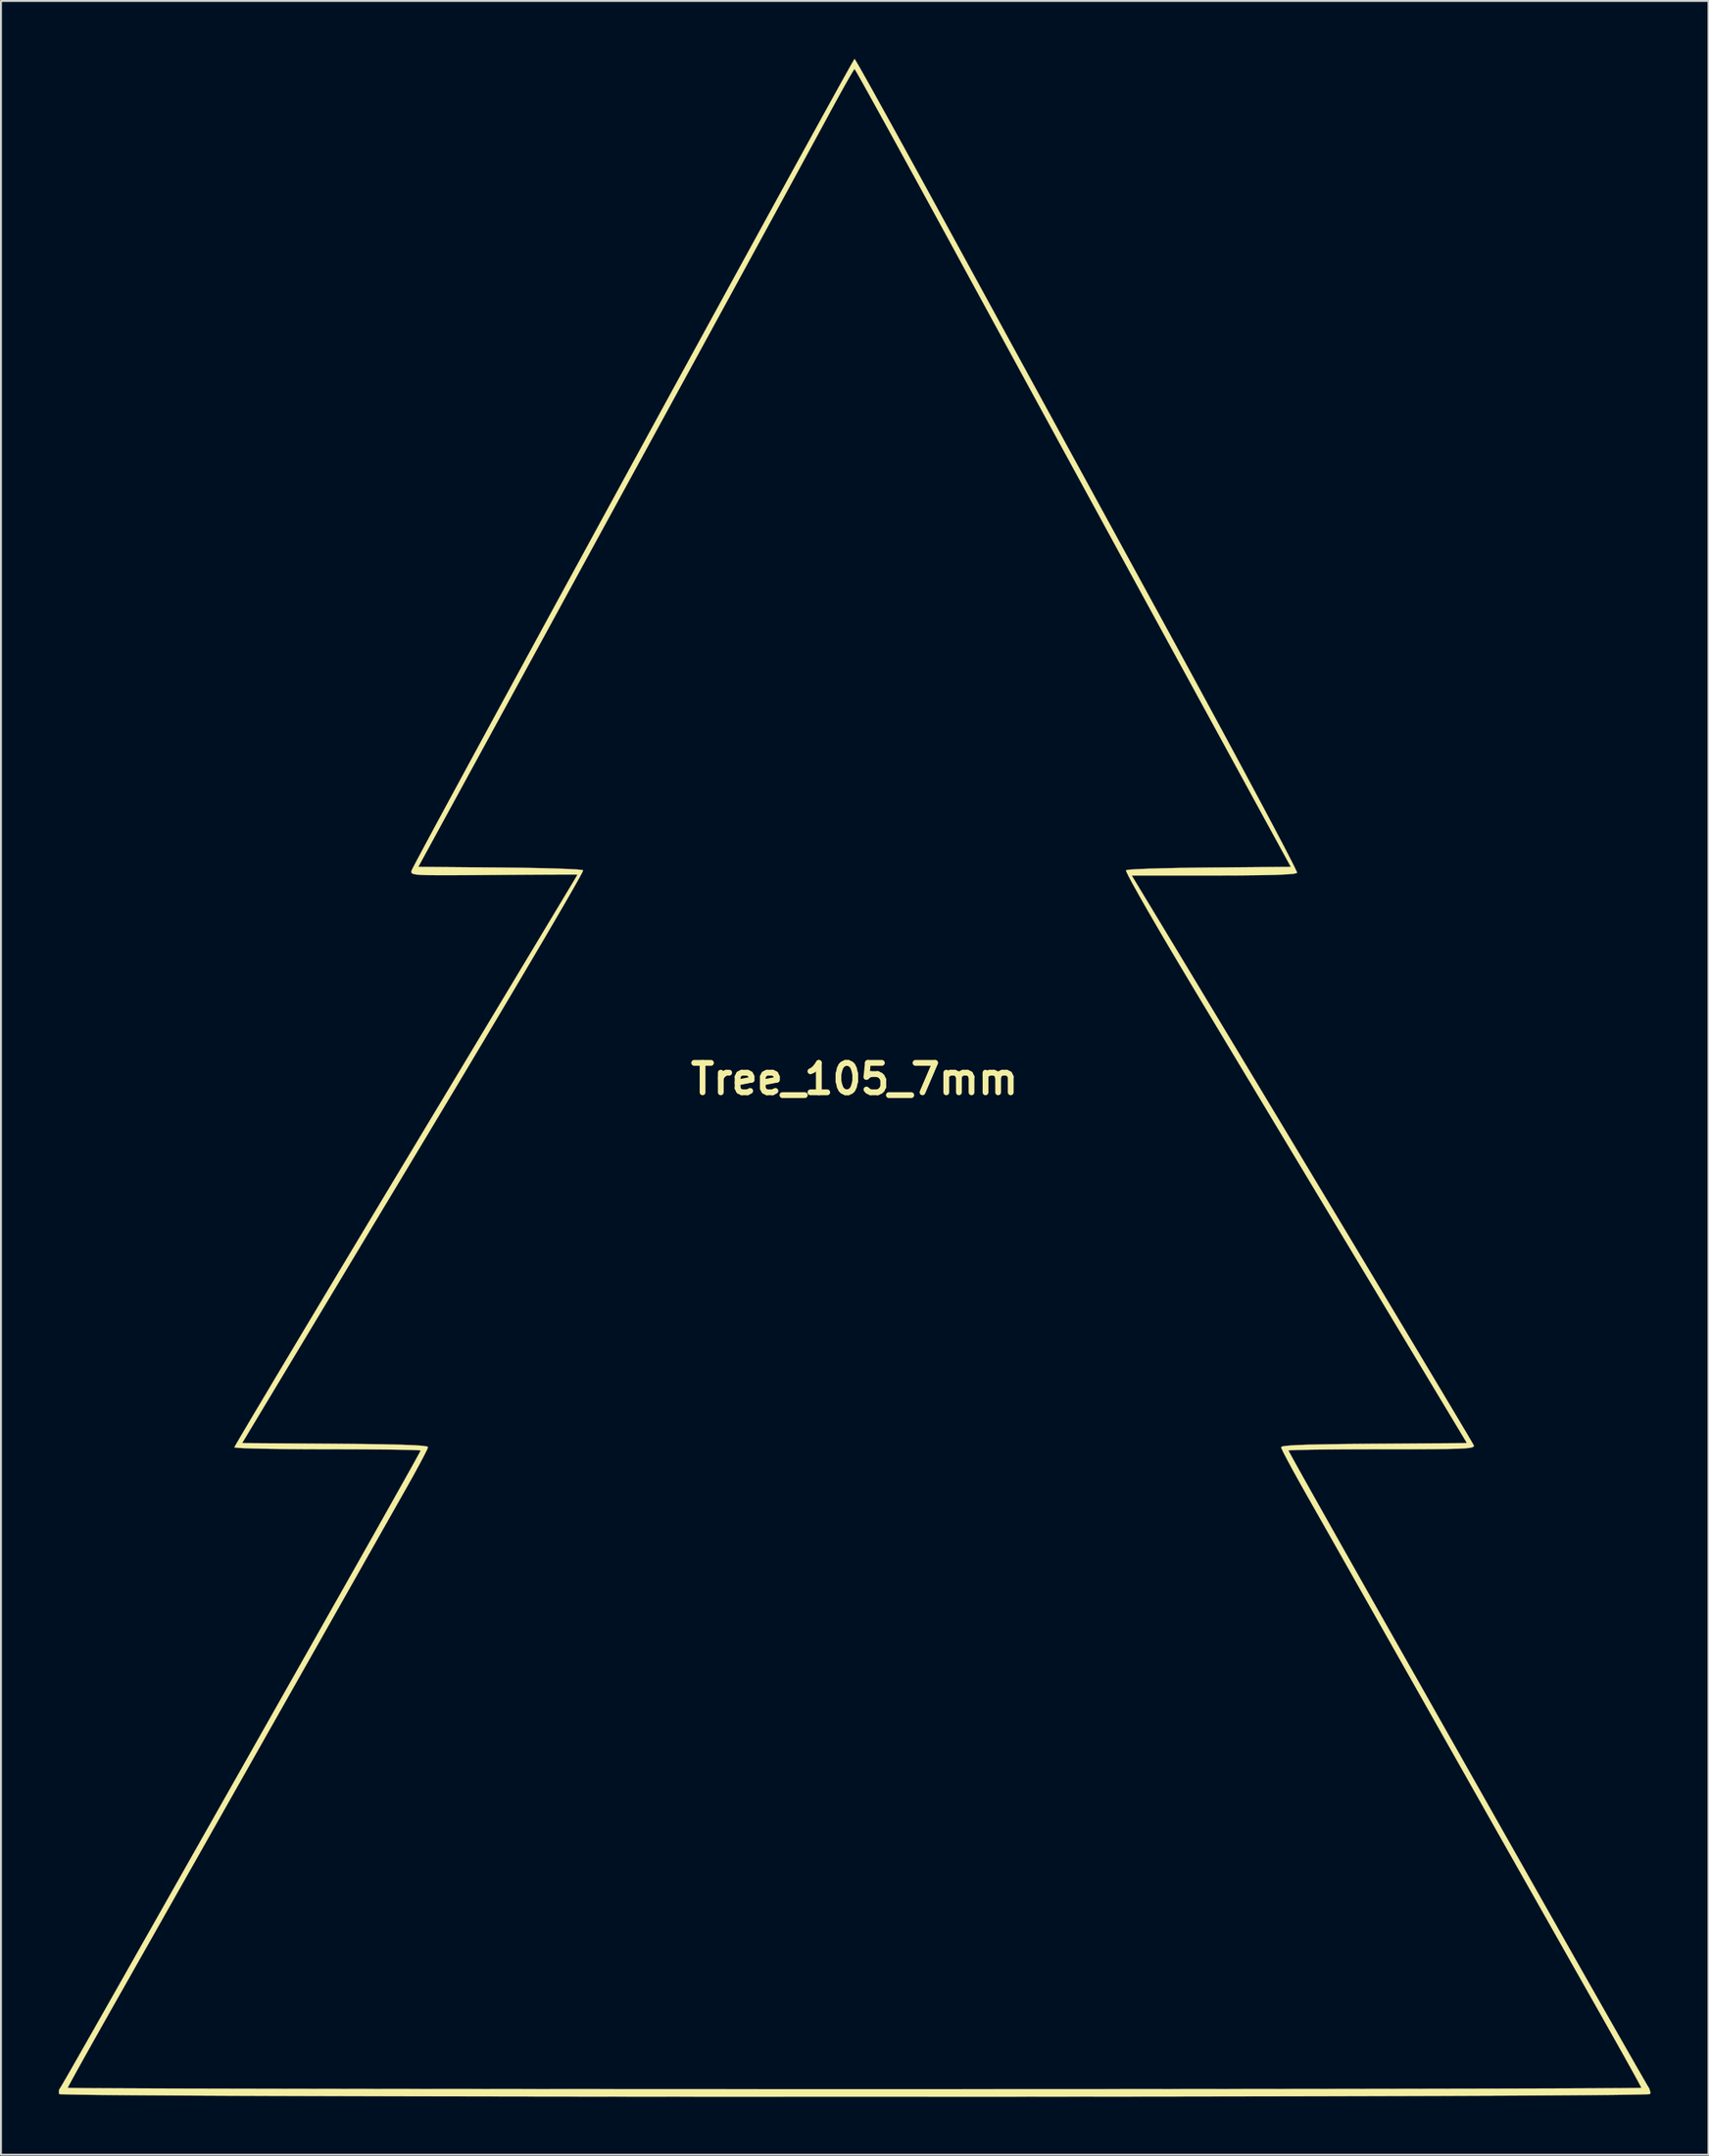
<source format=kicad_pcb>
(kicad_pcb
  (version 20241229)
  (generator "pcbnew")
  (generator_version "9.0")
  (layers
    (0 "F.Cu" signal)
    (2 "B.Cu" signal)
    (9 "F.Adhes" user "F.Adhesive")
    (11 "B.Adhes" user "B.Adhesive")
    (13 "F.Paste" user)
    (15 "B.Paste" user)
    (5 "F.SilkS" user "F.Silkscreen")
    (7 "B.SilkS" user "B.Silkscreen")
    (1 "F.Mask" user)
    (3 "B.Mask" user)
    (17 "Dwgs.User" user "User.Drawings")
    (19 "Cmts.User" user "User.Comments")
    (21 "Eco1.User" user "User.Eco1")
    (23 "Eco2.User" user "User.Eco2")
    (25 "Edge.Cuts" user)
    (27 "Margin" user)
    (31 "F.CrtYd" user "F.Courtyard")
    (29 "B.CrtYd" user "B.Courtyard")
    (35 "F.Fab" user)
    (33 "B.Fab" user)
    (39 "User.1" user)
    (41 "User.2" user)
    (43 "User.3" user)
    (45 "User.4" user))
  (footprint "Tree_105_7mm"
    (layer "F.Cu")
    (at 41.225 52.837)
    (property "Reference" "Tree_105_7mm" (at 0 0 0) (layer "F.SilkS") (effects (font (size 1.524 1.524) (thickness 0.3))))
    (attr through_hole)
    (fp_poly (pts (xy 0.072 -52.723) (xy 0.254 -52.41) (xy 0.537 -51.91) (xy 0.911 -51.242) (xy 1.365 -50.423) (xy 1.891 -49.473) (xy 2.477 -48.409) (xy 3.113 -47.25) (xy 3.79 -46.014) (xy 4.142 -45.371) (xy 4.76 -44.238) (xy 5.487 -42.907) (xy 6.307 -41.405) (xy 7.207 -39.756) (xy 8.173 -37.987) (xy 9.192 -36.122) (xy 10.248 -34.187) (xy 11.328 -32.209) (xy 12.419 -30.211) (xy 13.506 -28.221) (xy 14.575 -26.262) (xy 15.613 -24.362) (xy 15.614 -24.361) (xy 16.552 -22.641) (xy 17.454 -20.982) (xy 18.313 -19.397) (xy 19.122 -17.901) (xy 19.873 -16.507) (xy 20.559 -15.23) (xy 21.173 -14.081) (xy 21.707 -13.076) (xy 22.154 -12.228) (xy 22.506 -11.55) (xy 22.757 -11.057) (xy 22.899 -10.761) (xy 22.929 -10.677) (xy 22.783 -10.634) (xy 22.402 -10.6) (xy 21.782 -10.573) (xy 20.918 -10.555) (xy 19.808 -10.544) (xy 18.603 -10.541) (xy 14.36 -10.541) (xy 15.81 -8.141) (xy 16.555 -6.908) (xy 17.358 -5.576) (xy 18.212 -4.159) (xy 19.107 -2.674) (xy 20.034 -1.134) (xy 20.984 0.446) (xy 21.949 2.05) (xy 22.919 3.664) (xy 23.885 5.273) (xy 24.839 6.861) (xy 25.772 8.416) (xy 26.674 9.92) (xy 27.538 11.36) (xy 28.353 12.72) (xy 29.111 13.986) (xy 29.803 15.143) (xy 30.421 16.176) (xy 30.954 17.07) (xy 31.395 17.81) (xy 31.735 18.381) (xy 31.963 18.769) (xy 32.072 18.959) (xy 32.08 18.975) (xy 32.082 19.026) (xy 32.026 19.069) (xy 31.89 19.102) (xy 31.652 19.128) (xy 31.288 19.148) (xy 30.777 19.161) (xy 30.094 19.17) (xy 29.216 19.175) (xy 28.123 19.177) (xy 27.319 19.177) (xy 26.238 19.179) (xy 25.242 19.183) (xy 24.357 19.19) (xy 23.611 19.2) (xy 23.031 19.211) (xy 22.646 19.224) (xy 22.483 19.238) (xy 22.479 19.241) (xy 22.54 19.359) (xy 22.716 19.681) (xy 22.997 20.187) (xy 23.374 20.861) (xy 23.835 21.685) (xy 24.372 22.639) (xy 24.973 23.708) (xy 25.63 24.872) (xy 26.331 26.114) (xy 26.843 27.02) (xy 27.681 28.501) (xy 28.62 30.16) (xy 29.634 31.952) (xy 30.698 33.834) (xy 31.789 35.763) (xy 32.881 37.693) (xy 33.95 39.583) (xy 34.971 41.387) (xy 35.918 43.062) (xy 36.129 43.434) (xy 36.904 44.804) (xy 37.645 46.112) (xy 38.342 47.339) (xy 38.985 48.471) (xy 39.564 49.488) (xy 40.07 50.375) (xy 40.492 51.113) (xy 40.821 51.687) (xy 41.048 52.078) (xy 41.163 52.271) (xy 41.174 52.287) (xy 41.238 52.497) (xy 41.215 52.572) (xy 41.082 52.585) (xy 40.707 52.597) (xy 40.1 52.608) (xy 39.275 52.619) (xy 38.241 52.629) (xy 37.011 52.638) (xy 35.597 52.647) (xy 34.009 52.656) (xy 32.259 52.663) (xy 30.359 52.671) (xy 28.321 52.677) (xy 26.155 52.683) (xy 23.874 52.689) (xy 21.489 52.694) (xy 19.012 52.698) (xy 16.453 52.702) (xy 13.825 52.705) (xy 11.139 52.707) (xy 8.407 52.71) (xy 5.64 52.711) (xy 2.85 52.712) (xy 0.048 52.712) (xy -2.754 52.712) (xy -5.545 52.711) (xy -8.313 52.71) (xy -11.047 52.708) (xy -13.734 52.705) (xy -16.364 52.702) (xy -18.925 52.698) (xy -21.406 52.694) (xy -23.794 52.689) (xy -26.079 52.683) (xy -28.249 52.677) (xy -30.292 52.671) (xy -32.197 52.664) (xy -33.951 52.656) (xy -35.545 52.647) (xy -36.966 52.639) (xy -38.202 52.629) (xy -39.243 52.619) (xy -40.076 52.608) (xy -40.69 52.597) (xy -41.073 52.585) (xy -41.215 52.573) (xy -41.215 52.572) (xy -41.22 52.369) (xy -41.174 52.287) (xy -41.151 52.252) (xy -40.767 52.252) (xy -40.642 52.258) (xy -40.272 52.263) (xy -39.667 52.269) (xy -38.836 52.274) (xy -37.79 52.279) (xy -36.537 52.284) (xy -35.087 52.289) (xy -33.449 52.293) (xy -31.633 52.297) (xy -29.649 52.301) (xy -27.505 52.305) (xy -25.212 52.309) (xy -22.779 52.312) (xy -20.215 52.314) (xy -17.53 52.317) (xy -14.734 52.319) (xy -11.835 52.321) (xy -8.843 52.322) (xy -5.769 52.323) (xy -2.62 52.324) (xy 0 52.324) (xy 3.201 52.324) (xy 6.337 52.323) (xy 9.397 52.322) (xy 12.372 52.321) (xy 15.253 52.319) (xy 18.03 52.316) (xy 20.693 52.314) (xy 23.234 52.311) (xy 25.642 52.308) (xy 27.909 52.304) (xy 30.024 52.3) (xy 31.978 52.296) (xy 33.762 52.292) (xy 35.366 52.287) (xy 36.781 52.283) (xy 37.997 52.278) (xy 39.005 52.272) (xy 39.795 52.267) (xy 40.357 52.262) (xy 40.683 52.256) (xy 40.767 52.251) (xy 40.706 52.128) (xy 40.534 51.809) (xy 40.262 51.316) (xy 39.905 50.674) (xy 39.475 49.908) (xy 38.987 49.04) (xy 38.453 48.094) (xy 38.272 47.774) (xy 37.811 46.962) (xy 37.242 45.956) (xy 36.578 44.783) (xy 35.835 43.47) (xy 35.028 42.044) (xy 34.173 40.533) (xy 33.284 38.963) (xy 32.378 37.361) (xy 31.47 35.755) (xy 30.574 34.172) (xy 30.318 33.718) (xy 29.465 32.209) (xy 28.619 30.714) (xy 27.794 29.256) (xy 27.001 27.855) (xy 26.254 26.535) (xy 25.563 25.315) (xy 24.942 24.218) (xy 24.402 23.266) (xy 23.956 22.48) (xy 23.616 21.881) (xy 23.479 21.64) (xy 23.076 20.925) (xy 22.719 20.281) (xy 22.427 19.74) (xy 22.217 19.338) (xy 22.109 19.107) (xy 22.098 19.07) (xy 22.179 19.029) (xy 22.431 18.995) (xy 22.868 18.965) (xy 23.502 18.941) (xy 24.349 18.922) (xy 25.42 18.906) (xy 26.731 18.894) (xy 26.914 18.893) (xy 31.73 18.86) (xy 26.461 10.097) (xy 25.522 8.536) (xy 24.533 6.891) (xy 23.515 5.198) (xy 22.488 3.49) (xy 21.474 1.803) (xy 20.494 0.173) (xy 19.569 -1.366) (xy 18.72 -2.779) (xy 17.968 -4.03) (xy 17.574 -4.686) (xy 16.901 -5.81) (xy 16.272 -6.87) (xy 15.7 -7.845) (xy 15.194 -8.716) (xy 14.768 -9.463) (xy 14.432 -10.065) (xy 14.197 -10.502) (xy 14.076 -10.756) (xy 14.063 -10.812) (xy 14.211 -10.838) (xy 14.583 -10.864) (xy 15.148 -10.889) (xy 15.875 -10.911) (xy 16.734 -10.93) (xy 17.695 -10.945) (xy 18.387 -10.952) (xy 22.605 -10.986) (xy 16.639 -21.907) (xy 15.636 -23.744) (xy 14.553 -25.726) (xy 13.413 -27.816) (xy 12.237 -29.972) (xy 11.045 -32.156) (xy 9.861 -34.327) (xy 8.706 -36.446) (xy 7.601 -38.474) (xy 6.568 -40.369) (xy 5.628 -42.094) (xy 5.368 -42.572) (xy 4.576 -44.025) (xy 3.818 -45.413) (xy 3.104 -46.719) (xy 2.441 -47.928) (xy 1.84 -49.023) (xy 1.308 -49.988) (xy 0.854 -50.808) (xy 0.488 -51.467) (xy 0.217 -51.948) (xy 0.052 -52.235) (xy 0 -52.315) (xy -0.076 -52.208) (xy -0.254 -51.91) (xy -0.514 -51.453) (xy -0.838 -50.869) (xy -1.208 -50.192) (xy -1.345 -49.938) (xy -1.575 -49.513) (xy -1.917 -48.883) (xy -2.363 -48.063) (xy -2.902 -47.073) (xy -3.525 -45.928) (xy -4.224 -44.647) (xy -4.988 -43.246) (xy -5.808 -41.742) (xy -6.676 -40.153) (xy -7.58 -38.496) (xy -8.513 -36.788) (xy -9.465 -35.046) (xy -9.843 -34.353) (xy -10.836 -32.536) (xy -11.839 -30.7) (xy -12.84 -28.868) (xy -13.827 -27.062) (xy -14.788 -25.303) (xy -15.711 -23.612) (xy -16.585 -22.013) (xy -17.397 -20.526) (xy -18.136 -19.172) (xy -18.79 -17.975) (xy -19.347 -16.954) (xy -19.795 -16.133) (xy -19.832 -16.066) (xy -22.604 -10.986) (xy -18.387 -10.952) (xy -17.375 -10.941) (xy -16.444 -10.925) (xy -15.624 -10.904) (xy -14.946 -10.881) (xy -14.44 -10.856) (xy -14.137 -10.829) (xy -14.062 -10.811) (xy -14.113 -10.691) (xy -14.289 -10.367) (xy -14.58 -9.85) (xy -14.981 -9.153) (xy -15.483 -8.29) (xy -16.079 -7.272) (xy -16.762 -6.113) (xy -17.525 -4.824) (xy -18.359 -3.418) (xy -19.258 -1.909) (xy -20.213 -0.308) (xy -21.218 1.371) (xy -22.265 3.117) (xy -22.843 4.078) (xy -31.731 18.86) (xy -26.915 18.893) (xy -25.545 18.905) (xy -24.42 18.921) (xy -23.528 18.942) (xy -22.861 18.967) (xy -22.407 18.997) (xy -22.157 19.033) (xy -22.098 19.065) (xy -22.158 19.215) (xy -22.325 19.548) (xy -22.579 20.026) (xy -22.901 20.613) (xy -23.26 21.254) (xy -23.495 21.667) (xy -23.843 22.282) (xy -24.294 23.079) (xy -24.837 24.039) (xy -25.462 25.142) (xy -26.156 26.369) (xy -26.91 27.7) (xy -27.712 29.117) (xy -28.551 30.599) (xy -29.416 32.127) (xy -30.296 33.682) (xy -30.353 33.782) (xy -31.265 35.394) (xy -32.185 37.019) (xy -33.099 38.634) (xy -33.993 40.215) (xy -34.856 41.738) (xy -35.671 43.179) (xy -36.427 44.515) (xy -37.11 45.72) (xy -37.705 46.773) (xy -38.201 47.648) (xy -38.525 48.22) (xy -39.041 49.134) (xy -39.516 49.978) (xy -39.934 50.725) (xy -40.283 51.352) (xy -40.547 51.832) (xy -40.713 52.141) (xy -40.767 52.252) (xy -41.151 52.252) (xy -41.145 52.242) (xy -41.083 52.14) (xy -40.985 51.973) (xy -40.846 51.733) (xy -40.661 51.412) (xy -40.427 51.003) (xy -40.139 50.498) (xy -39.792 49.889) (xy -39.382 49.168) (xy -38.906 48.329) (xy -38.357 47.362) (xy -37.733 46.26) (xy -37.028 45.016) (xy -36.238 43.622) (xy -35.359 42.07) (xy -34.387 40.352) (xy -33.317 38.461) (xy -32.144 36.389) (xy -30.865 34.128) (xy -29.474 31.67) (xy -27.968 29.008) (xy -26.342 26.134) (xy -26.053 25.622) (xy -25.397 24.461) (xy -24.78 23.367) (xy -24.213 22.359) (xy -23.707 21.458) (xy -23.273 20.683) (xy -22.922 20.055) (xy -22.666 19.592) (xy -22.516 19.315) (xy -22.479 19.24) (xy -22.601 19.226) (xy -22.95 19.213) (xy -23.498 19.202) (xy -24.217 19.192) (xy -25.079 19.184) (xy -26.058 19.179) (xy -27.125 19.177) (xy -27.305 19.177) (xy -28.384 19.174) (xy -29.379 19.167) (xy -30.262 19.156) (xy -31.006 19.141) (xy -31.584 19.124) (xy -31.967 19.103) (xy -32.128 19.082) (xy -32.131 19.078) (xy -32.067 18.959) (xy -31.879 18.635) (xy -31.575 18.119) (xy -31.163 17.423) (xy -30.649 16.561) (xy -30.043 15.543) (xy -29.35 14.384) (xy -28.579 13.095) (xy -27.737 11.69) (xy -26.832 10.18) (xy -25.871 8.58) (xy -24.862 6.9) (xy -23.813 5.154) (xy -23.241 4.204) (xy -22.173 2.429) (xy -21.142 0.715) (xy -20.155 -0.926) (xy -19.22 -2.481) (xy -18.344 -3.938) (xy -17.534 -5.284) (xy -16.799 -6.507) (xy -16.146 -7.594) (xy -15.582 -8.533) (xy -15.115 -9.311) (xy -14.752 -9.916) (xy -14.501 -10.335) (xy -14.37 -10.556) (xy -14.351 -10.588) (xy -14.473 -10.591) (xy -14.82 -10.592) (xy -15.363 -10.59) (xy -16.072 -10.587) (xy -16.919 -10.582) (xy -17.875 -10.576) (xy -18.685 -10.569) (xy -19.847 -10.56) (xy -20.779 -10.555) (xy -21.508 -10.554) (xy -22.056 -10.559) (xy -22.449 -10.571) (xy -22.712 -10.592) (xy -22.869 -10.623) (xy -22.944 -10.665) (xy -22.964 -10.72) (xy -22.952 -10.789) (xy -22.95 -10.797) (xy -22.882 -10.935) (xy -22.701 -11.281) (xy -22.413 -11.821) (xy -22.025 -12.544) (xy -21.545 -13.434) (xy -20.98 -14.48) (xy -20.337 -15.667) (xy -19.623 -16.983) (xy -18.846 -18.414) (xy -18.012 -19.947) (xy -17.13 -21.568) (xy -16.206 -23.265) (xy -15.248 -25.024) (xy -14.262 -26.832) (xy -13.257 -28.676) (xy -12.239 -30.541) (xy -11.215 -32.416) (xy -10.194 -34.287) (xy -9.181 -36.14) (xy -8.185 -37.962) (xy -7.212 -39.74) (xy -6.27 -41.46) (xy -5.366 -43.11) (xy -4.508 -44.677) (xy -3.702 -46.146) (xy -2.956 -47.504) (xy -2.277 -48.739) (xy -1.672 -49.837) (xy -1.149 -50.784) (xy -0.715 -51.568) (xy -0.377 -52.175) (xy -0.142 -52.592) (xy -0.017 -52.806) (xy 0.001 -52.832) (xy 0.072 -52.723)) (stroke (width 0.01) (type solid)) (fill yes) (layer "F.SilkS")))
  (gr_rect
    (start -3 -3)
    (end 85.469 108.554)
    (stroke (width 0.1) (type default))
    (fill no)
    (layer "Edge.Cuts")))
</source>
